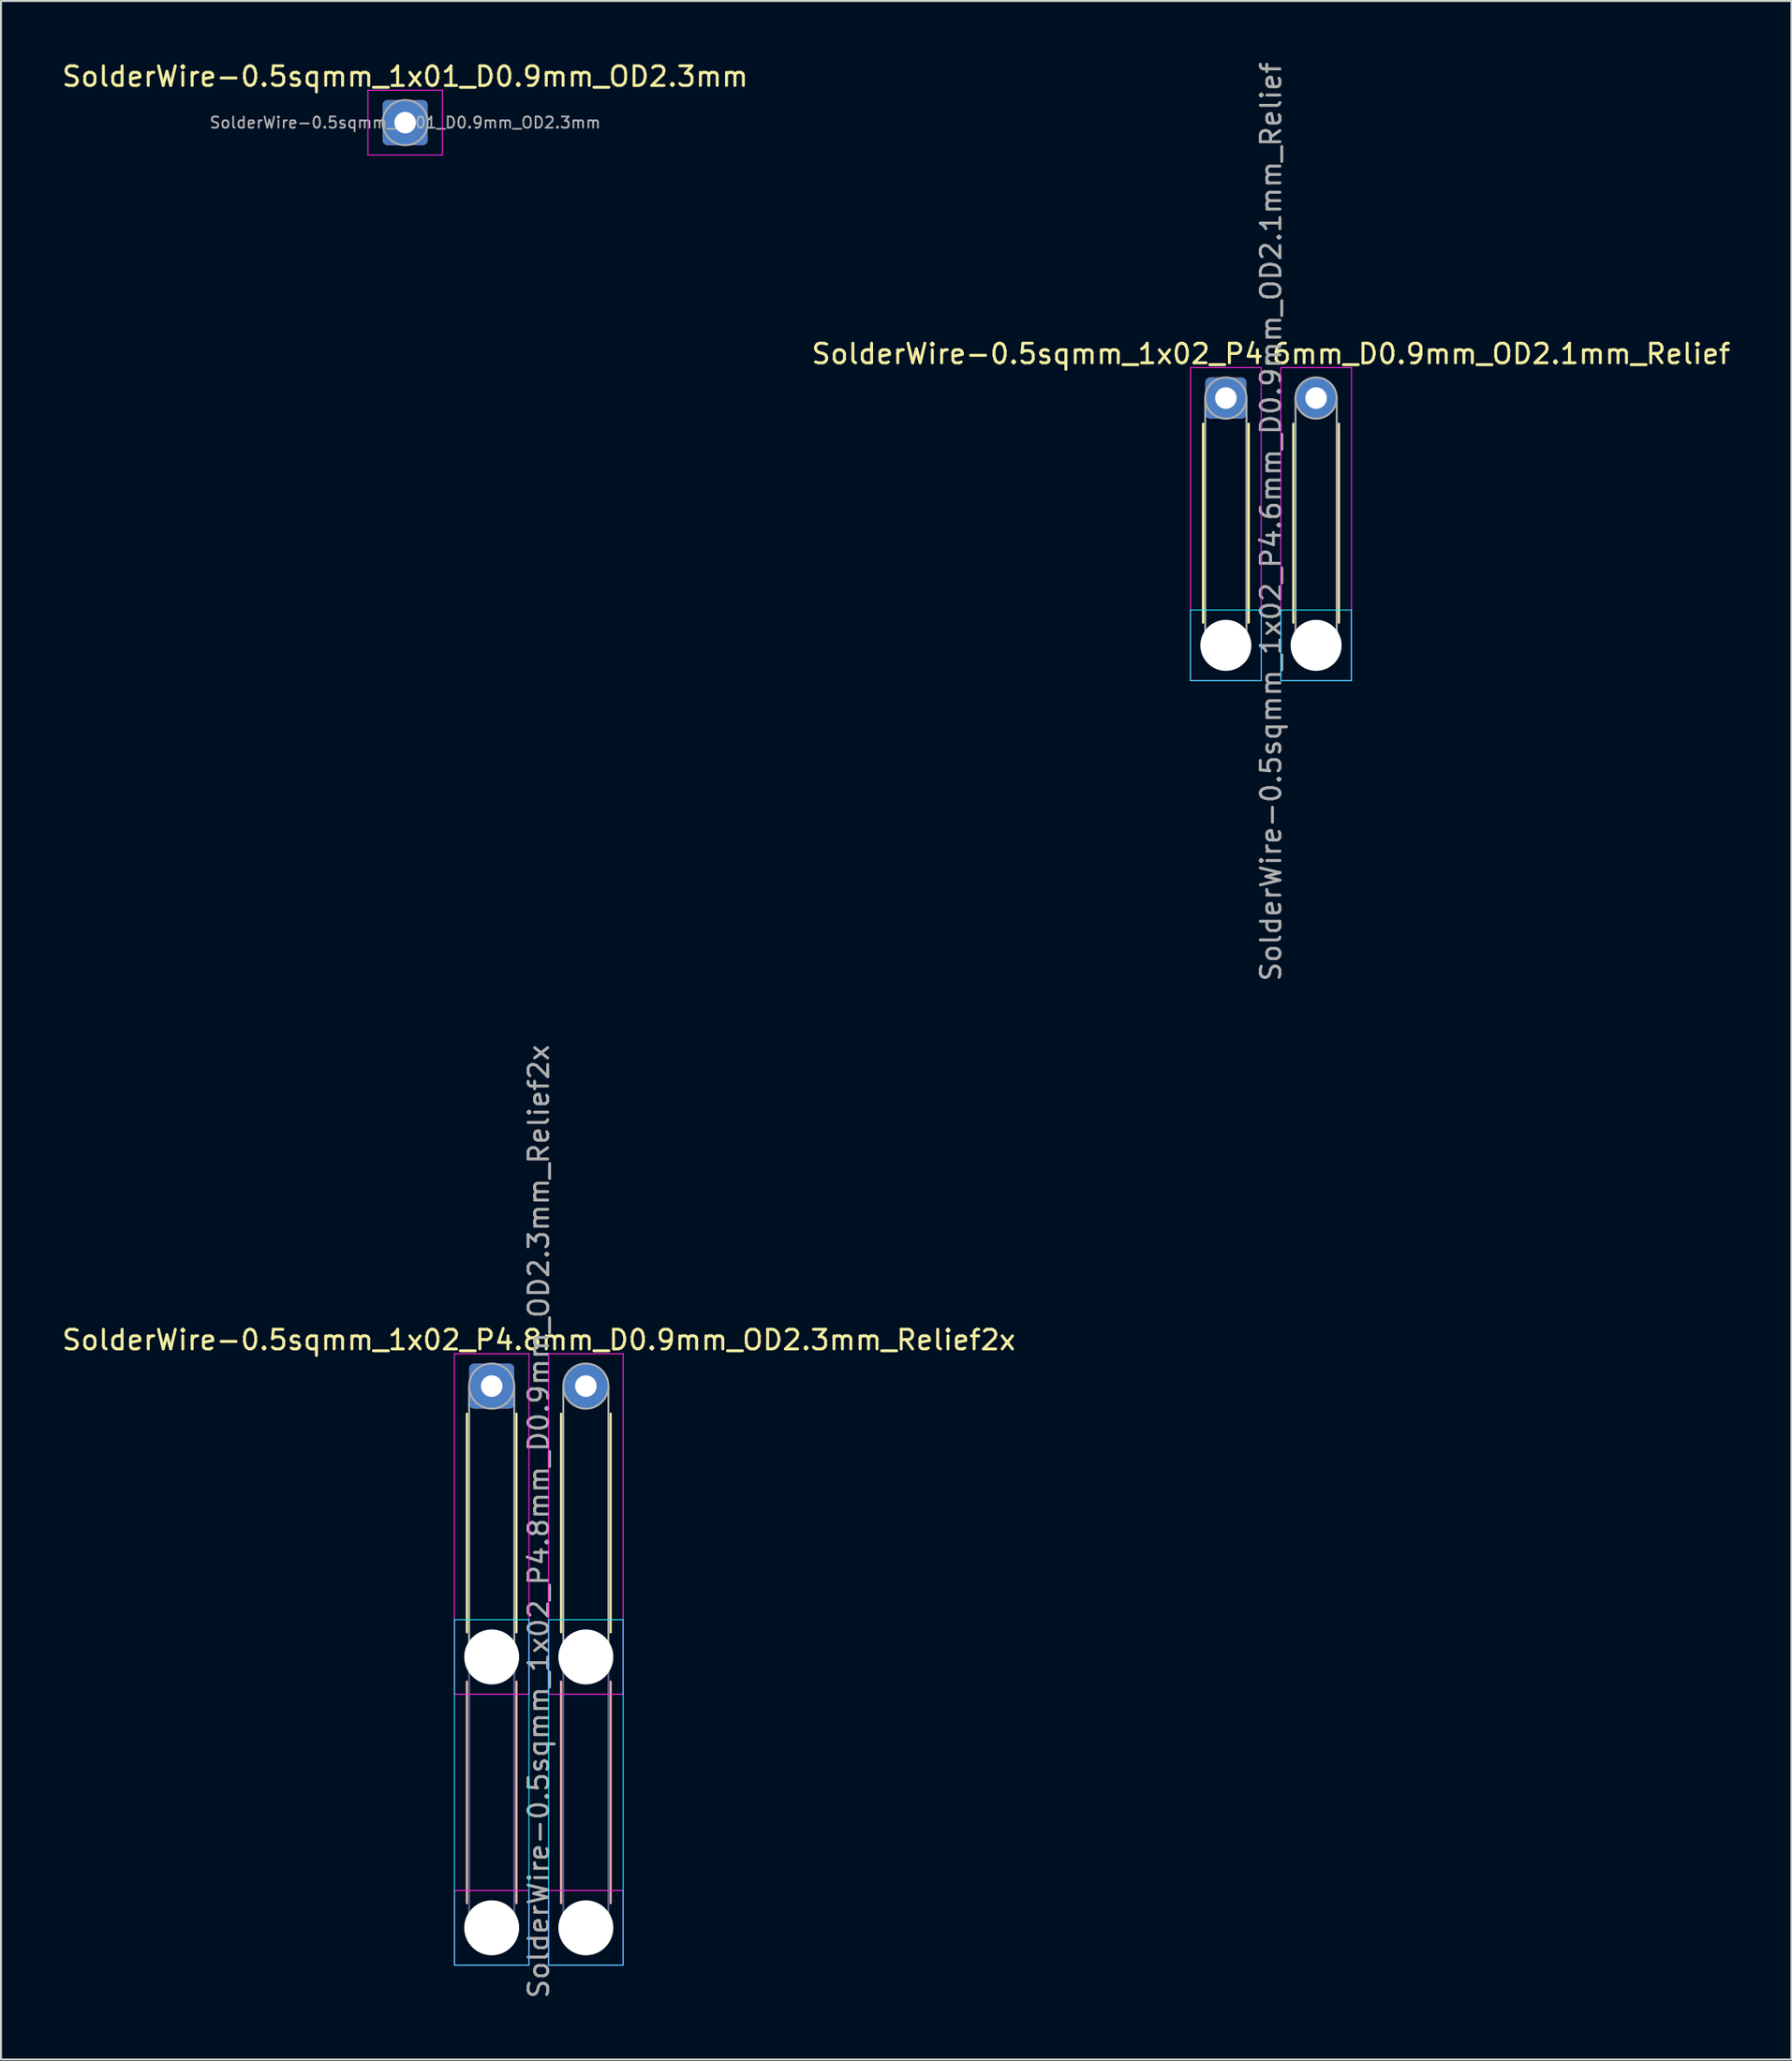
<source format=kicad_pcb>
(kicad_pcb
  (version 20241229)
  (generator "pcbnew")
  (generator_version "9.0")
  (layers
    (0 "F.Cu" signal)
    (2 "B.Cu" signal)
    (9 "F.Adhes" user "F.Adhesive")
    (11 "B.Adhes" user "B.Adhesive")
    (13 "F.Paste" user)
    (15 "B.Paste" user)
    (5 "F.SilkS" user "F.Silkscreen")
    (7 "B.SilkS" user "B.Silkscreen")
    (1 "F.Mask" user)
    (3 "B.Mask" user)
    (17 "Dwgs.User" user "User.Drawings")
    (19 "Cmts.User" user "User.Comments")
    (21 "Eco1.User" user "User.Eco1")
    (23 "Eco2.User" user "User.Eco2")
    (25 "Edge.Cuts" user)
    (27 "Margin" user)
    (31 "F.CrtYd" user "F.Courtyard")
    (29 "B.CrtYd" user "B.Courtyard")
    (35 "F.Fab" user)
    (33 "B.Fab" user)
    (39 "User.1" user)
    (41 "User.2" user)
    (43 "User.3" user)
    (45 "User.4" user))
  (footprint "SolderWire-0.5sqmm_1x02_P4.6mm_D0.9mm_OD2.1mm_Relief"
    (layer "F.Cu")
    (at 59.432 17.23)
    (property "Reference" "SolderWire-0.5sqmm_1x02_P4.6mm_D0.9mm_OD2.1mm_Relief" (at 2.3 -2.25 0) (layer "F.SilkS") (effects (font (size 1 1) (thickness 0.15))))
    (attr exclude_from_pos_files exclude_from_bom)
    (fp_line (start -1.16 1.31) (end -1.16 11.44) (stroke (width 0.12) (type solid)) (layer "F.SilkS"))
    (fp_line (start 1.16 1.31) (end 1.16 11.44) (stroke (width 0.12) (type solid)) (layer "F.SilkS"))
    (fp_line (start 3.44 1.31) (end 3.44 11.44) (stroke (width 0.12) (type solid)) (layer "F.SilkS"))
    (fp_line (start 5.76 1.31) (end 5.76 11.44) (stroke (width 0.12) (type solid)) (layer "F.SilkS"))
    (fp_line (start -1.8 10.8) (end -1.8 14.4) (stroke (width 0.05) (type solid)) (layer "B.CrtYd"))
    (fp_line (start -1.8 14.4) (end 1.8 14.4) (stroke (width 0.05) (type solid)) (layer "B.CrtYd"))
    (fp_line (start 1.8 10.8) (end -1.8 10.8) (stroke (width 0.05) (type solid)) (layer "B.CrtYd"))
    (fp_line (start 1.8 14.4) (end 1.8 10.8) (stroke (width 0.05) (type solid)) (layer "B.CrtYd"))
    (fp_line (start 2.8 10.8) (end 2.8 14.4) (stroke (width 0.05) (type solid)) (layer "B.CrtYd"))
    (fp_line (start 2.8 14.4) (end 6.4 14.4) (stroke (width 0.05) (type solid)) (layer "B.CrtYd"))
    (fp_line (start 6.4 10.8) (end 2.8 10.8) (stroke (width 0.05) (type solid)) (layer "B.CrtYd"))
    (fp_line (start 6.4 14.4) (end 6.4 10.8) (stroke (width 0.05) (type solid)) (layer "B.CrtYd"))
    (fp_line (start -1.8 -1.55) (end -1.8 14.4) (stroke (width 0.05) (type solid)) (layer "F.CrtYd"))
    (fp_line (start -1.8 14.4) (end 1.8 14.4) (stroke (width 0.05) (type solid)) (layer "F.CrtYd"))
    (fp_line (start 1.8 -1.55) (end -1.8 -1.55) (stroke (width 0.05) (type solid)) (layer "F.CrtYd"))
    (fp_line (start 1.8 14.4) (end 1.8 -1.55) (stroke (width 0.05) (type solid)) (layer "F.CrtYd"))
    (fp_line (start 2.8 -1.55) (end 2.8 14.4) (stroke (width 0.05) (type solid)) (layer "F.CrtYd"))
    (fp_line (start 2.8 14.4) (end 6.4 14.4) (stroke (width 0.05) (type solid)) (layer "F.CrtYd"))
    (fp_line (start 6.4 -1.55) (end 2.8 -1.55) (stroke (width 0.05) (type solid)) (layer "F.CrtYd"))
    (fp_line (start 6.4 14.4) (end 6.4 -1.55) (stroke (width 0.05) (type solid)) (layer "F.CrtYd"))
    (fp_line (start -1.05 0) (end -1.05 12.6) (stroke (width 0.1) (type solid)) (layer "F.Fab"))
    (fp_line (start 1.05 0) (end 1.05 12.6) (stroke (width 0.1) (type solid)) (layer "F.Fab"))
    (fp_line (start 3.55 0) (end 3.55 12.6) (stroke (width 0.1) (type solid)) (layer "F.Fab"))
    (fp_line (start 5.65 0) (end 5.65 12.6) (stroke (width 0.1) (type solid)) (layer "F.Fab"))
    (fp_circle (center 0 0) (end 1.05 0) (stroke (width 0.1) (type solid)) (fill no) (layer "F.Fab"))
    (fp_circle (center 0 12.6) (end 1.05 12.6) (stroke (width 0.1) (type solid)) (fill no) (layer "F.Fab"))
    (fp_circle (center 4.6 0) (end 5.65 0) (stroke (width 0.1) (type solid)) (fill no) (layer "F.Fab"))
    (fp_circle (center 4.6 12.6) (end 5.65 12.6) (stroke (width 0.1) (type solid)) (fill no) (layer "F.Fab"))
    (fp_text user "${REFERENCE}" (at 2.3 6.3 90) (layer "F.Fab") (effects (font (size 1 1) (thickness 0.15))))
    (pad "" np_thru_hole circle (at 0 12.6) (size 2.6 2.6) (drill 2.6) (layers "*.Cu" "*.Mask"))
    (pad "" np_thru_hole circle (at 4.6 12.6) (size 2.6 2.6) (drill 2.6) (layers "*.Cu" "*.Mask"))
    (pad "1" thru_hole roundrect (at 0 0) (size 2.1 2.1) (drill 1.1) (layers "*.Cu" "*.Mask") (roundrect_rratio 0.119))
    (pad "2" thru_hole circle (at 4.6 0) (size 2.1 2.1) (drill 1.1) (layers "*.Cu" "*.Mask")))
  (footprint "SolderWire-0.5sqmm_1x01_D0.9mm_OD2.3mm"
    (layer "F.Cu")
    (at 17.601 3.198)
    (property "Reference" "SolderWire-0.5sqmm_1x01_D0.9mm_OD2.3mm" (at 0 -2.35 0) (layer "F.SilkS") (effects (font (size 1 1) (thickness 0.15))))
    (attr exclude_from_pos_files exclude_from_bom)
    (fp_line (start -1.9 -1.65) (end -1.9 1.65) (stroke (width 0.05) (type solid)) (layer "F.CrtYd"))
    (fp_line (start -1.9 1.65) (end 1.9 1.65) (stroke (width 0.05) (type solid)) (layer "F.CrtYd"))
    (fp_line (start 1.9 -1.65) (end -1.9 -1.65) (stroke (width 0.05) (type solid)) (layer "F.CrtYd"))
    (fp_line (start 1.9 1.65) (end 1.9 -1.65) (stroke (width 0.05) (type solid)) (layer "F.CrtYd"))
    (fp_circle (center 0 0) (end 1.15 0) (stroke (width 0.1) (type solid)) (fill no) (layer "F.Fab"))
    (fp_text user "${REFERENCE}" (at 0 0 0) (layer "F.Fab") (effects (font (size 0.57 0.57) (thickness 0.09))))
    (pad "1" thru_hole roundrect (at 0 0) (size 2.3 2.3) (drill 1.1) (layers "*.Cu" "*.Mask") (roundrect_rratio 0.109)))
  (footprint "SolderWire-0.5sqmm_1x02_P4.8mm_D0.9mm_OD2.3mm_Relief2x"
    (layer "F.Cu")
    (at 22.011 67.57)
    (property "Reference" "SolderWire-0.5sqmm_1x02_P4.8mm_D0.9mm_OD2.3mm_Relief2x" (at 2.4 -2.35 0) (layer "F.SilkS") (effects (font (size 1 1) (thickness 0.15))))
    (attr exclude_from_pos_files exclude_from_bom)
    (fp_line (start -1.26 1.41) (end -1.26 12.54) (stroke (width 0.12) (type solid)) (layer "F.SilkS"))
    (fp_line (start 1.26 1.41) (end 1.26 12.54) (stroke (width 0.12) (type solid)) (layer "F.SilkS"))
    (fp_line (start 3.54 1.41) (end 3.54 12.54) (stroke (width 0.12) (type solid)) (layer "F.SilkS"))
    (fp_line (start 6.06 1.41) (end 6.06 12.54) (stroke (width 0.12) (type solid)) (layer "F.SilkS"))
    (fp_line (start -1.26 15.06) (end -1.26 26.34) (stroke (width 0.12) (type solid)) (layer "B.SilkS"))
    (fp_line (start 1.26 15.06) (end 1.26 26.34) (stroke (width 0.12) (type solid)) (layer "B.SilkS"))
    (fp_line (start 3.54 15.06) (end 3.54 26.34) (stroke (width 0.12) (type solid)) (layer "B.SilkS"))
    (fp_line (start 6.06 15.06) (end 6.06 26.34) (stroke (width 0.12) (type solid)) (layer "B.SilkS"))
    (fp_line (start -1.9 11.9) (end -1.9 29.5) (stroke (width 0.05) (type solid)) (layer "B.CrtYd"))
    (fp_line (start -1.9 29.5) (end 1.9 29.5) (stroke (width 0.05) (type solid)) (layer "B.CrtYd"))
    (fp_line (start 1.9 11.9) (end -1.9 11.9) (stroke (width 0.05) (type solid)) (layer "B.CrtYd"))
    (fp_line (start 1.9 29.5) (end 1.9 11.9) (stroke (width 0.05) (type solid)) (layer "B.CrtYd"))
    (fp_line (start 2.9 11.9) (end 2.9 29.5) (stroke (width 0.05) (type solid)) (layer "B.CrtYd"))
    (fp_line (start 2.9 29.5) (end 6.7 29.5) (stroke (width 0.05) (type solid)) (layer "B.CrtYd"))
    (fp_line (start 6.7 11.9) (end 2.9 11.9) (stroke (width 0.05) (type solid)) (layer "B.CrtYd"))
    (fp_line (start 6.7 29.5) (end 6.7 11.9) (stroke (width 0.05) (type solid)) (layer "B.CrtYd"))
    (fp_line (start -1.9 -1.65) (end -1.9 15.7) (stroke (width 0.05) (type solid)) (layer "F.CrtYd"))
    (fp_line (start -1.9 15.7) (end 1.9 15.7) (stroke (width 0.05) (type solid)) (layer "F.CrtYd"))
    (fp_line (start -1.9 25.7) (end -1.9 29.5) (stroke (width 0.05) (type solid)) (layer "F.CrtYd"))
    (fp_line (start -1.9 29.5) (end 1.9 29.5) (stroke (width 0.05) (type solid)) (layer "F.CrtYd"))
    (fp_line (start 1.9 -1.65) (end -1.9 -1.65) (stroke (width 0.05) (type solid)) (layer "F.CrtYd"))
    (fp_line (start 1.9 15.7) (end 1.9 -1.65) (stroke (width 0.05) (type solid)) (layer "F.CrtYd"))
    (fp_line (start 1.9 25.7) (end -1.9 25.7) (stroke (width 0.05) (type solid)) (layer "F.CrtYd"))
    (fp_line (start 1.9 29.5) (end 1.9 25.7) (stroke (width 0.05) (type solid)) (layer "F.CrtYd"))
    (fp_line (start 2.9 -1.65) (end 2.9 15.7) (stroke (width 0.05) (type solid)) (layer "F.CrtYd"))
    (fp_line (start 2.9 15.7) (end 6.7 15.7) (stroke (width 0.05) (type solid)) (layer "F.CrtYd"))
    (fp_line (start 2.9 25.7) (end 2.9 29.5) (stroke (width 0.05) (type solid)) (layer "F.CrtYd"))
    (fp_line (start 2.9 29.5) (end 6.7 29.5) (stroke (width 0.05) (type solid)) (layer "F.CrtYd"))
    (fp_line (start 6.7 -1.65) (end 2.9 -1.65) (stroke (width 0.05) (type solid)) (layer "F.CrtYd"))
    (fp_line (start 6.7 15.7) (end 6.7 -1.65) (stroke (width 0.05) (type solid)) (layer "F.CrtYd"))
    (fp_line (start 6.7 25.7) (end 2.9 25.7) (stroke (width 0.05) (type solid)) (layer "F.CrtYd"))
    (fp_line (start 6.7 29.5) (end 6.7 25.7) (stroke (width 0.05) (type solid)) (layer "F.CrtYd"))
    (fp_line (start -1.15 13.8) (end -1.15 27.6) (stroke (width 0.1) (type solid)) (layer "B.Fab"))
    (fp_line (start 1.15 13.8) (end 1.15 27.6) (stroke (width 0.1) (type solid)) (layer "B.Fab"))
    (fp_line (start 3.65 13.8) (end 3.65 27.6) (stroke (width 0.1) (type solid)) (layer "B.Fab"))
    (fp_line (start 5.95 13.8) (end 5.95 27.6) (stroke (width 0.1) (type solid)) (layer "B.Fab"))
    (fp_circle (center 0 13.8) (end 1.15 13.8) (stroke (width 0.1) (type solid)) (fill no) (layer "B.Fab"))
    (fp_circle (center 0 27.6) (end 1.15 27.6) (stroke (width 0.1) (type solid)) (fill no) (layer "B.Fab"))
    (fp_circle (center 4.8 13.8) (end 5.95 13.8) (stroke (width 0.1) (type solid)) (fill no) (layer "B.Fab"))
    (fp_circle (center 4.8 27.6) (end 5.95 27.6) (stroke (width 0.1) (type solid)) (fill no) (layer "B.Fab"))
    (fp_line (start -1.15 0) (end -1.15 13.8) (stroke (width 0.1) (type solid)) (layer "F.Fab"))
    (fp_line (start 1.15 0) (end 1.15 13.8) (stroke (width 0.1) (type solid)) (layer "F.Fab"))
    (fp_line (start 3.65 0) (end 3.65 13.8) (stroke (width 0.1) (type solid)) (layer "F.Fab"))
    (fp_line (start 5.95 0) (end 5.95 13.8) (stroke (width 0.1) (type solid)) (layer "F.Fab"))
    (fp_circle (center 0 0) (end 1.15 0) (stroke (width 0.1) (type solid)) (fill no) (layer "F.Fab"))
    (fp_circle (center 0 13.8) (end 1.15 13.8) (stroke (width 0.1) (type solid)) (fill no) (layer "F.Fab"))
    (fp_circle (center 0 27.6) (end 1.15 27.6) (stroke (width 0.1) (type solid)) (fill no) (layer "F.Fab"))
    (fp_circle (center 4.8 0) (end 5.95 0) (stroke (width 0.1) (type solid)) (fill no) (layer "F.Fab"))
    (fp_circle (center 4.8 13.8) (end 5.95 13.8) (stroke (width 0.1) (type solid)) (fill no) (layer "F.Fab"))
    (fp_circle (center 4.8 27.6) (end 5.95 27.6) (stroke (width 0.1) (type solid)) (fill no) (layer "F.Fab"))
    (fp_text user "${REFERENCE}" (at 2.4 6.9 90) (layer "F.Fab") (effects (font (size 1 1) (thickness 0.15))))
    (pad "" np_thru_hole circle (at 0 13.8) (size 2.8 2.8) (drill 2.8) (layers "*.Cu" "*.Mask"))
    (pad "" np_thru_hole circle (at 0 27.6) (size 2.8 2.8) (drill 2.8) (layers "*.Cu" "*.Mask"))
    (pad "" np_thru_hole circle (at 4.8 13.8) (size 2.8 2.8) (drill 2.8) (layers "*.Cu" "*.Mask"))
    (pad "" np_thru_hole circle (at 4.8 27.6) (size 2.8 2.8) (drill 2.8) (layers "*.Cu" "*.Mask"))
    (pad "1" thru_hole roundrect (at 0 0) (size 2.3 2.3) (drill 1.1) (layers "*.Cu" "*.Mask") (roundrect_rratio 0.109))
    (pad "2" thru_hole circle (at 4.8 0) (size 2.3 2.3) (drill 1.1) (layers "*.Cu" "*.Mask")))
  (gr_rect
    (start -3 -3)
    (end 88.262 101.881)
    (stroke (width 0.1) (type default))
    (fill no)
    (layer "Edge.Cuts")))
</source>
